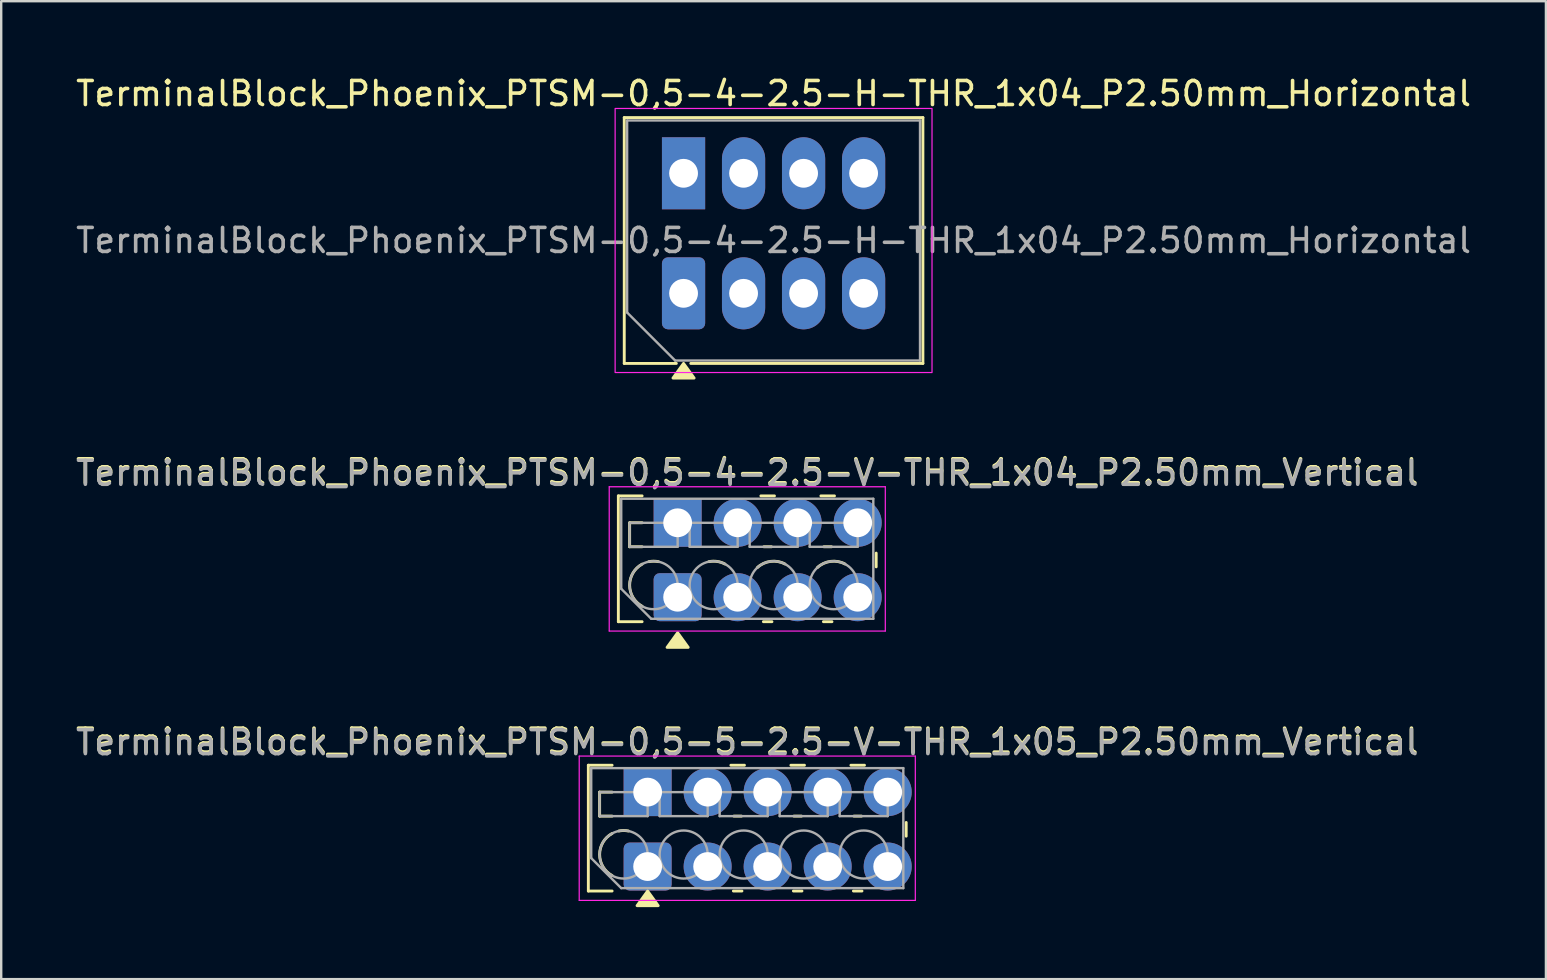
<source format=kicad_pcb>
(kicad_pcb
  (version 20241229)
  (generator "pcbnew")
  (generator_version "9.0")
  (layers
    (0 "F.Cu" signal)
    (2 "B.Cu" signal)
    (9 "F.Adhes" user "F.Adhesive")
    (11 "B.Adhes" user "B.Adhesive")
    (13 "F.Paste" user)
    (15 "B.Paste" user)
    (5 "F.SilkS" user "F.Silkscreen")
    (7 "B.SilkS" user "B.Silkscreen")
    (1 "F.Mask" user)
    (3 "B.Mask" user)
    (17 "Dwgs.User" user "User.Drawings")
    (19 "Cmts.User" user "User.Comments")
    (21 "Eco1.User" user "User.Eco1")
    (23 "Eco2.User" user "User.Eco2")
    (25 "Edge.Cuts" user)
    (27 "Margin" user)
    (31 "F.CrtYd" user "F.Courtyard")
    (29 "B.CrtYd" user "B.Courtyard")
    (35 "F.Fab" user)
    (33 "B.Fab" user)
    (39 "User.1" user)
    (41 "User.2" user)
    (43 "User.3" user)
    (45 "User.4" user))
  (footprint "TerminalBlock_Phoenix_PTSM-0,5-4-2.5-V-THR_1x04_P2.50mm_Vertical"
    (layer "F.Cu")
    (at 25.177 21.826)
    (property "Reference" "TerminalBlock_Phoenix_PTSM-0,5-4-2.5-V-THR_1x04_P2.50mm_Vertical" (at 2.9 -5.22 0) (layer "F.SilkS") (effects (font (size 1 1) (thickness 0.15))))
    (attr through_hole)
    (fp_line (start -2.47 -4.22) (end -2.47 1.02) (stroke (width 0.12) (type solid)) (layer "F.SilkS"))
    (fp_line (start -2.47 -4.22) (end -1.48 -4.22) (stroke (width 0.12) (type solid)) (layer "F.SilkS"))
    (fp_line (start -2.47 1.02) (end -1.48 1.02) (stroke (width 0.12) (type solid)) (layer "F.SilkS"))
    (fp_line (start -2 -3.1) (end -2 -2.1) (stroke (width 0.12) (type solid)) (layer "F.SilkS"))
    (fp_line (start -2 -3.1) (end -1.48 -3.1) (stroke (width 0.12) (type solid)) (layer "F.SilkS"))
    (fp_line (start -2 -2.1) (end -1.48 -2.1) (stroke (width 0.12) (type solid)) (layer "F.SilkS"))
    (fp_line (start 3.467 -4.22) (end 4.033 -4.22) (stroke (width 0.12) (type solid)) (layer "F.SilkS"))
    (fp_line (start 3.572 1.02) (end 3.928 1.02) (stroke (width 0.12) (type solid)) (layer "F.SilkS"))
    (fp_line (start 3.591 -2.1) (end 3.909 -2.1) (stroke (width 0.12) (type solid)) (layer "F.SilkS"))
    (fp_line (start 5.967 -4.22) (end 6.533 -4.22) (stroke (width 0.12) (type solid)) (layer "F.SilkS"))
    (fp_line (start 6.072 1.02) (end 6.428 1.02) (stroke (width 0.12) (type solid)) (layer "F.SilkS"))
    (fp_line (start 6.091 -2.1) (end 6.409 -2.1) (stroke (width 0.12) (type solid)) (layer "F.SilkS"))
    (fp_line (start 8.27 -1.836) (end 8.27 -1.264) (stroke (width 0.12) (type solid)) (layer "F.SilkS"))
    (fp_arc (start -1.48 0.377) (mid -1.999764 -0.500129) (end -1.479774 -1.377124) (stroke (width 0.12) (type solid)) (layer "F.SilkS"))
    (fp_arc (start -1.199 -1.48) (mid -1.000002 -1.5) (end -0.801005 -1.480001) (stroke (width 0.12) (type solid)) (layer "F.SilkS"))
    (fp_arc (start 1.301 -1.48) (mid 1.644475 -1.489509) (end 1.970893 -1.382191) (stroke (width 0.12) (type solid)) (layer "F.SilkS"))
    (fp_arc (start 3.319 -1.233) (mid 3.871173 -1.492196) (end 4.47123 -1.382605) (stroke (width 0.12) (type solid)) (layer "F.SilkS"))
    (fp_arc (start 5.819 -1.233) (mid 6.371173 -1.492196) (end 6.97123 -1.382605) (stroke (width 0.12) (type solid)) (layer "F.SilkS"))
    (fp_poly (pts (xy 0 1.48) (xy 0.44 2.09) (xy -0.44 2.09)) (stroke (width 0.12) (type solid)) (fill yes) (layer "F.SilkS"))
    (fp_line (start -2.85 -4.6) (end -2.85 1.41) (stroke (width 0.05) (type solid)) (layer "F.CrtYd"))
    (fp_line (start -2.85 1.41) (end 8.65 1.41) (stroke (width 0.05) (type solid)) (layer "F.CrtYd"))
    (fp_line (start 8.65 -4.6) (end -2.85 -4.6) (stroke (width 0.05) (type solid)) (layer "F.CrtYd"))
    (fp_line (start 8.65 1.41) (end 8.65 -4.6) (stroke (width 0.05) (type solid)) (layer "F.CrtYd"))
    (fp_line (start -2.35 -4.1) (end 8.15 -4.1) (stroke (width 0.1) (type solid)) (layer "F.Fab"))
    (fp_line (start -2.35 -0.35) (end -2.35 -4.1) (stroke (width 0.1) (type solid)) (layer "F.Fab"))
    (fp_line (start -2 -3.1) (end -2 -2.1) (stroke (width 0.1) (type solid)) (layer "F.Fab"))
    (fp_line (start -2 -2.1) (end 0 -2.1) (stroke (width 0.1) (type solid)) (layer "F.Fab"))
    (fp_line (start -1.1 0.9) (end -2.35 -0.35) (stroke (width 0.1) (type solid)) (layer "F.Fab"))
    (fp_line (start 0 -3.1) (end -2 -3.1) (stroke (width 0.1) (type solid)) (layer "F.Fab"))
    (fp_line (start 0 -2.1) (end 0 -3.1) (stroke (width 0.1) (type solid)) (layer "F.Fab"))
    (fp_line (start 0.5 -3.1) (end 0.5 -2.1) (stroke (width 0.1) (type solid)) (layer "F.Fab"))
    (fp_line (start 0.5 -2.1) (end 2.5 -2.1) (stroke (width 0.1) (type solid)) (layer "F.Fab"))
    (fp_line (start 2.5 -3.1) (end 0.5 -3.1) (stroke (width 0.1) (type solid)) (layer "F.Fab"))
    (fp_line (start 2.5 -2.1) (end 2.5 -3.1) (stroke (width 0.1) (type solid)) (layer "F.Fab"))
    (fp_line (start 3 -3.1) (end 3 -2.1) (stroke (width 0.1) (type solid)) (layer "F.Fab"))
    (fp_line (start 3 -2.1) (end 5 -2.1) (stroke (width 0.1) (type solid)) (layer "F.Fab"))
    (fp_line (start 5 -3.1) (end 3 -3.1) (stroke (width 0.1) (type solid)) (layer "F.Fab"))
    (fp_line (start 5 -2.1) (end 5 -3.1) (stroke (width 0.1) (type solid)) (layer "F.Fab"))
    (fp_line (start 5.5 -3.1) (end 5.5 -2.1) (stroke (width 0.1) (type solid)) (layer "F.Fab"))
    (fp_line (start 5.5 -2.1) (end 7.5 -2.1) (stroke (width 0.1) (type solid)) (layer "F.Fab"))
    (fp_line (start 7.5 -3.1) (end 5.5 -3.1) (stroke (width 0.1) (type solid)) (layer "F.Fab"))
    (fp_line (start 7.5 -2.1) (end 7.5 -3.1) (stroke (width 0.1) (type solid)) (layer "F.Fab"))
    (fp_line (start 8.15 -4.1) (end 8.15 0.9) (stroke (width 0.1) (type solid)) (layer "F.Fab"))
    (fp_line (start 8.15 0.9) (end -1.1 0.9) (stroke (width 0.1) (type solid)) (layer "F.Fab"))
    (fp_circle (center -1 -0.5) (end 0 -0.5) (stroke (width 0.1) (type solid)) (fill no) (layer "F.Fab"))
    (fp_circle (center 1.5 -0.5) (end 2.5 -0.5) (stroke (width 0.1) (type solid)) (fill no) (layer "F.Fab"))
    (fp_circle (center 4 -0.5) (end 5 -0.5) (stroke (width 0.1) (type solid)) (fill no) (layer "F.Fab"))
    (fp_circle (center 6.5 -0.5) (end 7.5 -0.5) (stroke (width 0.1) (type solid)) (fill no) (layer "F.Fab"))
    (fp_text user "${REFERENCE}" (at 2.9 -5.16 0) (layer "F.Fab") (effects (font (size 1 1) (thickness 0.15))))
    (pad "1" thru_hole rect (at 0 -3.1) (size 2 2) (drill 1.2) (layers "*.Cu" "*.Mask"))
    (pad "1" thru_hole roundrect (at 0 0) (size 2 2) (drill 1.2) (layers "*.Cu" "*.Mask") (roundrect_rratio 0.125))
    (pad "2" thru_hole circle (at 2.5 -3.1) (size 2 2) (drill 1.2) (layers "*.Cu" "*.Mask"))
    (pad "2" thru_hole circle (at 2.5 0) (size 2 2) (drill 1.2) (layers "*.Cu" "*.Mask"))
    (pad "3" thru_hole circle (at 5 -3.1) (size 2 2) (drill 1.2) (layers "*.Cu" "*.Mask"))
    (pad "3" thru_hole circle (at 5 0) (size 2 2) (drill 1.2) (layers "*.Cu" "*.Mask"))
    (pad "4" thru_hole circle (at 7.5 -3.1) (size 2 2) (drill 1.2) (layers "*.Cu" "*.Mask"))
    (pad "4" thru_hole circle (at 7.5 0) (size 2 2) (drill 1.2) (layers "*.Cu" "*.Mask")))
  (footprint "TerminalBlock_Phoenix_PTSM-0,5-5-2.5-V-THR_1x05_P2.50mm_Vertical"
    (layer "F.Cu")
    (at 23.927 33.045)
    (property "Reference" "TerminalBlock_Phoenix_PTSM-0,5-5-2.5-V-THR_1x05_P2.50mm_Vertical" (at 4.15 -5.22 0) (layer "F.SilkS") (effects (font (size 1 1) (thickness 0.15))))
    (attr through_hole)
    (fp_line (start -2.47 -4.22) (end -2.47 1.02) (stroke (width 0.12) (type solid)) (layer "F.SilkS"))
    (fp_line (start -2.47 -4.22) (end -1.48 -4.22) (stroke (width 0.12) (type solid)) (layer "F.SilkS"))
    (fp_line (start -2.47 1.02) (end -1.48 1.02) (stroke (width 0.12) (type solid)) (layer "F.SilkS"))
    (fp_line (start -2 -3.1) (end -2 -2.1) (stroke (width 0.12) (type solid)) (layer "F.SilkS"))
    (fp_line (start -2 -3.1) (end -1.48 -3.1) (stroke (width 0.12) (type solid)) (layer "F.SilkS"))
    (fp_line (start -2 -2.1) (end -1.48 -2.1) (stroke (width 0.12) (type solid)) (layer "F.SilkS"))
    (fp_line (start 3.467 -4.22) (end 4.033 -4.22) (stroke (width 0.12) (type solid)) (layer "F.SilkS"))
    (fp_line (start 3.572 1.02) (end 3.928 1.02) (stroke (width 0.12) (type solid)) (layer "F.SilkS"))
    (fp_line (start 3.591 -2.1) (end 3.909 -2.1) (stroke (width 0.12) (type solid)) (layer "F.SilkS"))
    (fp_line (start 5.967 -4.22) (end 6.533 -4.22) (stroke (width 0.12) (type solid)) (layer "F.SilkS"))
    (fp_line (start 6.072 1.02) (end 6.428 1.02) (stroke (width 0.12) (type solid)) (layer "F.SilkS"))
    (fp_line (start 6.091 -2.1) (end 6.409 -2.1) (stroke (width 0.12) (type solid)) (layer "F.SilkS"))
    (fp_line (start 8.467 -4.22) (end 9.033 -4.22) (stroke (width 0.12) (type solid)) (layer "F.SilkS"))
    (fp_line (start 8.572 1.02) (end 8.928 1.02) (stroke (width 0.12) (type solid)) (layer "F.SilkS"))
    (fp_line (start 8.591 -2.1) (end 8.909 -2.1) (stroke (width 0.12) (type solid)) (layer "F.SilkS"))
    (fp_line (start 10.77 -1.836) (end 10.77 -1.264) (stroke (width 0.12) (type solid)) (layer "F.SilkS"))
    (fp_arc (start -1.48 0.377) (mid -1.999764 -0.500129) (end -1.479774 -1.377124) (stroke (width 0.12) (type solid)) (layer "F.SilkS"))
    (fp_arc (start -1.199 -1.48) (mid -1.000002 -1.5) (end -0.801005 -1.480001) (stroke (width 0.12) (type solid)) (layer "F.SilkS"))
    (fp_poly (pts (xy 0 1.02) (xy 0.44 1.63) (xy -0.44 1.63)) (stroke (width 0.12) (type solid)) (fill yes) (layer "F.SilkS"))
    (fp_line (start -2.85 -4.6) (end -2.85 1.41) (stroke (width 0.05) (type solid)) (layer "F.CrtYd"))
    (fp_line (start -2.85 1.41) (end 11.15 1.41) (stroke (width 0.05) (type solid)) (layer "F.CrtYd"))
    (fp_line (start 11.15 -4.6) (end -2.85 -4.6) (stroke (width 0.05) (type solid)) (layer "F.CrtYd"))
    (fp_line (start 11.15 1.41) (end 11.15 -4.6) (stroke (width 0.05) (type solid)) (layer "F.CrtYd"))
    (fp_line (start -2.35 -4.1) (end 10.65 -4.1) (stroke (width 0.1) (type solid)) (layer "F.Fab"))
    (fp_line (start -2.35 -0.35) (end -2.35 -4.1) (stroke (width 0.1) (type solid)) (layer "F.Fab"))
    (fp_line (start -2 -3.1) (end -2 -2.1) (stroke (width 0.1) (type solid)) (layer "F.Fab"))
    (fp_line (start -2 -2.1) (end 0 -2.1) (stroke (width 0.1) (type solid)) (layer "F.Fab"))
    (fp_line (start -1.1 0.9) (end -2.35 -0.35) (stroke (width 0.1) (type solid)) (layer "F.Fab"))
    (fp_line (start 0 -3.1) (end -2 -3.1) (stroke (width 0.1) (type solid)) (layer "F.Fab"))
    (fp_line (start 0 -2.1) (end 0 -3.1) (stroke (width 0.1) (type solid)) (layer "F.Fab"))
    (fp_line (start 0.5 -3.1) (end 0.5 -2.1) (stroke (width 0.1) (type solid)) (layer "F.Fab"))
    (fp_line (start 0.5 -2.1) (end 2.5 -2.1) (stroke (width 0.1) (type solid)) (layer "F.Fab"))
    (fp_line (start 2.5 -3.1) (end 0.5 -3.1) (stroke (width 0.1) (type solid)) (layer "F.Fab"))
    (fp_line (start 2.5 -2.1) (end 2.5 -3.1) (stroke (width 0.1) (type solid)) (layer "F.Fab"))
    (fp_line (start 3 -3.1) (end 3 -2.1) (stroke (width 0.1) (type solid)) (layer "F.Fab"))
    (fp_line (start 3 -2.1) (end 5 -2.1) (stroke (width 0.1) (type solid)) (layer "F.Fab"))
    (fp_line (start 5 -3.1) (end 3 -3.1) (stroke (width 0.1) (type solid)) (layer "F.Fab"))
    (fp_line (start 5 -2.1) (end 5 -3.1) (stroke (width 0.1) (type solid)) (layer "F.Fab"))
    (fp_line (start 5.5 -3.1) (end 5.5 -2.1) (stroke (width 0.1) (type solid)) (layer "F.Fab"))
    (fp_line (start 5.5 -2.1) (end 7.5 -2.1) (stroke (width 0.1) (type solid)) (layer "F.Fab"))
    (fp_line (start 7.5 -3.1) (end 5.5 -3.1) (stroke (width 0.1) (type solid)) (layer "F.Fab"))
    (fp_line (start 7.5 -2.1) (end 7.5 -3.1) (stroke (width 0.1) (type solid)) (layer "F.Fab"))
    (fp_line (start 8 -3.1) (end 8 -2.1) (stroke (width 0.1) (type solid)) (layer "F.Fab"))
    (fp_line (start 8 -2.1) (end 10 -2.1) (stroke (width 0.1) (type solid)) (layer "F.Fab"))
    (fp_line (start 10 -3.1) (end 8 -3.1) (stroke (width 0.1) (type solid)) (layer "F.Fab"))
    (fp_line (start 10 -2.1) (end 10 -3.1) (stroke (width 0.1) (type solid)) (layer "F.Fab"))
    (fp_line (start 10.65 -4.1) (end 10.65 0.9) (stroke (width 0.1) (type solid)) (layer "F.Fab"))
    (fp_line (start 10.65 0.9) (end -1.1 0.9) (stroke (width 0.1) (type solid)) (layer "F.Fab"))
    (fp_circle (center -1 -0.5) (end 0 -0.5) (stroke (width 0.1) (type solid)) (fill no) (layer "F.Fab"))
    (fp_circle (center 1.5 -0.5) (end 2.5 -0.5) (stroke (width 0.1) (type solid)) (fill no) (layer "F.Fab"))
    (fp_circle (center 4 -0.5) (end 5 -0.5) (stroke (width 0.1) (type solid)) (fill no) (layer "F.Fab"))
    (fp_circle (center 6.5 -0.5) (end 7.5 -0.5) (stroke (width 0.1) (type solid)) (fill no) (layer "F.Fab"))
    (fp_circle (center 9 -0.5) (end 10 -0.5) (stroke (width 0.1) (type solid)) (fill no) (layer "F.Fab"))
    (fp_text user "${REFERENCE}" (at 4.15 -5.16 0) (layer "F.Fab") (effects (font (size 1 1) (thickness 0.15))))
    (pad "1" thru_hole rect (at 0 -3.1) (size 2 2) (drill 1.2) (layers "*.Cu" "*.Mask"))
    (pad "1" thru_hole roundrect (at 0 0) (size 2 2) (drill 1.2) (layers "*.Cu" "*.Mask") (roundrect_rratio 0.125))
    (pad "2" thru_hole circle (at 2.5 -3.1) (size 2 2) (drill 1.2) (layers "*.Cu" "*.Mask"))
    (pad "2" thru_hole circle (at 2.5 0) (size 2 2) (drill 1.2) (layers "*.Cu" "*.Mask"))
    (pad "3" thru_hole circle (at 5 -3.1) (size 2 2) (drill 1.2) (layers "*.Cu" "*.Mask"))
    (pad "3" thru_hole circle (at 5 0) (size 2 2) (drill 1.2) (layers "*.Cu" "*.Mask"))
    (pad "4" thru_hole circle (at 7.5 -3.1) (size 2 2) (drill 1.2) (layers "*.Cu" "*.Mask"))
    (pad "4" thru_hole circle (at 7.5 0) (size 2 2) (drill 1.2) (layers "*.Cu" "*.Mask"))
    (pad "5" thru_hole circle (at 10 -3.1) (size 2 2) (drill 1.2) (layers "*.Cu" "*.Mask"))
    (pad "5" thru_hole circle (at 10 0) (size 2 2) (drill 1.2) (layers "*.Cu" "*.Mask")))
  (footprint "TerminalBlock_Phoenix_PTSM-0,5-4-2.5-H-THR_1x04_P2.50mm_Horizontal"
    (layer "F.Cu")
    (at 25.423 9.168)
    (property "Reference" "TerminalBlock_Phoenix_PTSM-0,5-4-2.5-H-THR_1x04_P2.50mm_Horizontal" (at 3.75 -8.32 0) (layer "F.SilkS") (effects (font (size 1 1) (thickness 0.15))))
    (attr through_hole)
    (fp_line (start -2.47 -7.32) (end 9.97 -7.32) (stroke (width 0.12) (type solid)) (layer "F.SilkS"))
    (fp_line (start -2.47 2.92) (end -2.47 -7.32) (stroke (width 0.12) (type solid)) (layer "F.SilkS"))
    (fp_line (start -0.3 2.92) (end -2.47 2.92) (stroke (width 0.12) (type solid)) (layer "F.SilkS"))
    (fp_line (start 9.97 -7.32) (end 9.97 2.92) (stroke (width 0.12) (type solid)) (layer "F.SilkS"))
    (fp_line (start 9.97 2.92) (end 0.3 2.92) (stroke (width 0.12) (type solid)) (layer "F.SilkS"))
    (fp_poly (pts (xy 0 2.92) (xy 0.44 3.53) (xy -0.44 3.53)) (stroke (width 0.12) (type solid)) (fill yes) (layer "F.SilkS"))
    (fp_rect (start -2.85 -7.7) (end 10.35 3.3) (stroke (width 0.05) (type solid)) (fill no) (layer "F.CrtYd"))
    (fp_line (start -2.35 -7.2) (end 9.85 -7.2) (stroke (width 0.1) (type solid)) (layer "F.Fab"))
    (fp_line (start -2.35 0.8) (end -2.35 -7.2) (stroke (width 0.1) (type solid)) (layer "F.Fab"))
    (fp_line (start -0.35 2.8) (end -2.35 0.8) (stroke (width 0.1) (type solid)) (layer "F.Fab"))
    (fp_line (start 9.85 -7.2) (end 9.85 2.8) (stroke (width 0.1) (type solid)) (layer "F.Fab"))
    (fp_line (start 9.85 2.8) (end -0.35 2.8) (stroke (width 0.1) (type solid)) (layer "F.Fab"))
    (fp_text user "${REFERENCE}" (at 3.75 -2.2 0) (layer "F.Fab") (effects (font (size 1 1) (thickness 0.15))))
    (pad "1" thru_hole rect (at 0 -5) (size 1.8 3) (drill 1.2) (layers "*.Cu" "*.Mask"))
    (pad "1" thru_hole roundrect (at 0 0) (size 1.8 3) (drill 1.2) (layers "*.Cu" "*.Mask") (roundrect_rratio 0.139))
    (pad "2" thru_hole oval (at 2.5 -5) (size 1.8 3) (drill 1.2) (layers "*.Cu" "*.Mask"))
    (pad "2" thru_hole oval (at 2.5 0) (size 1.8 3) (drill 1.2) (layers "*.Cu" "*.Mask"))
    (pad "3" thru_hole oval (at 5 -5) (size 1.8 3) (drill 1.2) (layers "*.Cu" "*.Mask"))
    (pad "3" thru_hole oval (at 5 0) (size 1.8 3) (drill 1.2) (layers "*.Cu" "*.Mask"))
    (pad "4" thru_hole oval (at 7.5 -5) (size 1.8 3) (drill 1.2) (layers "*.Cu" "*.Mask"))
    (pad "4" thru_hole oval (at 7.5 0) (size 1.8 3) (drill 1.2) (layers "*.Cu" "*.Mask")))
  (gr_rect
    (start -3 -3)
    (end 61.345 37.735)
    (stroke (width 0.1) (type default))
    (fill no)
    (layer "Edge.Cuts")))
</source>
